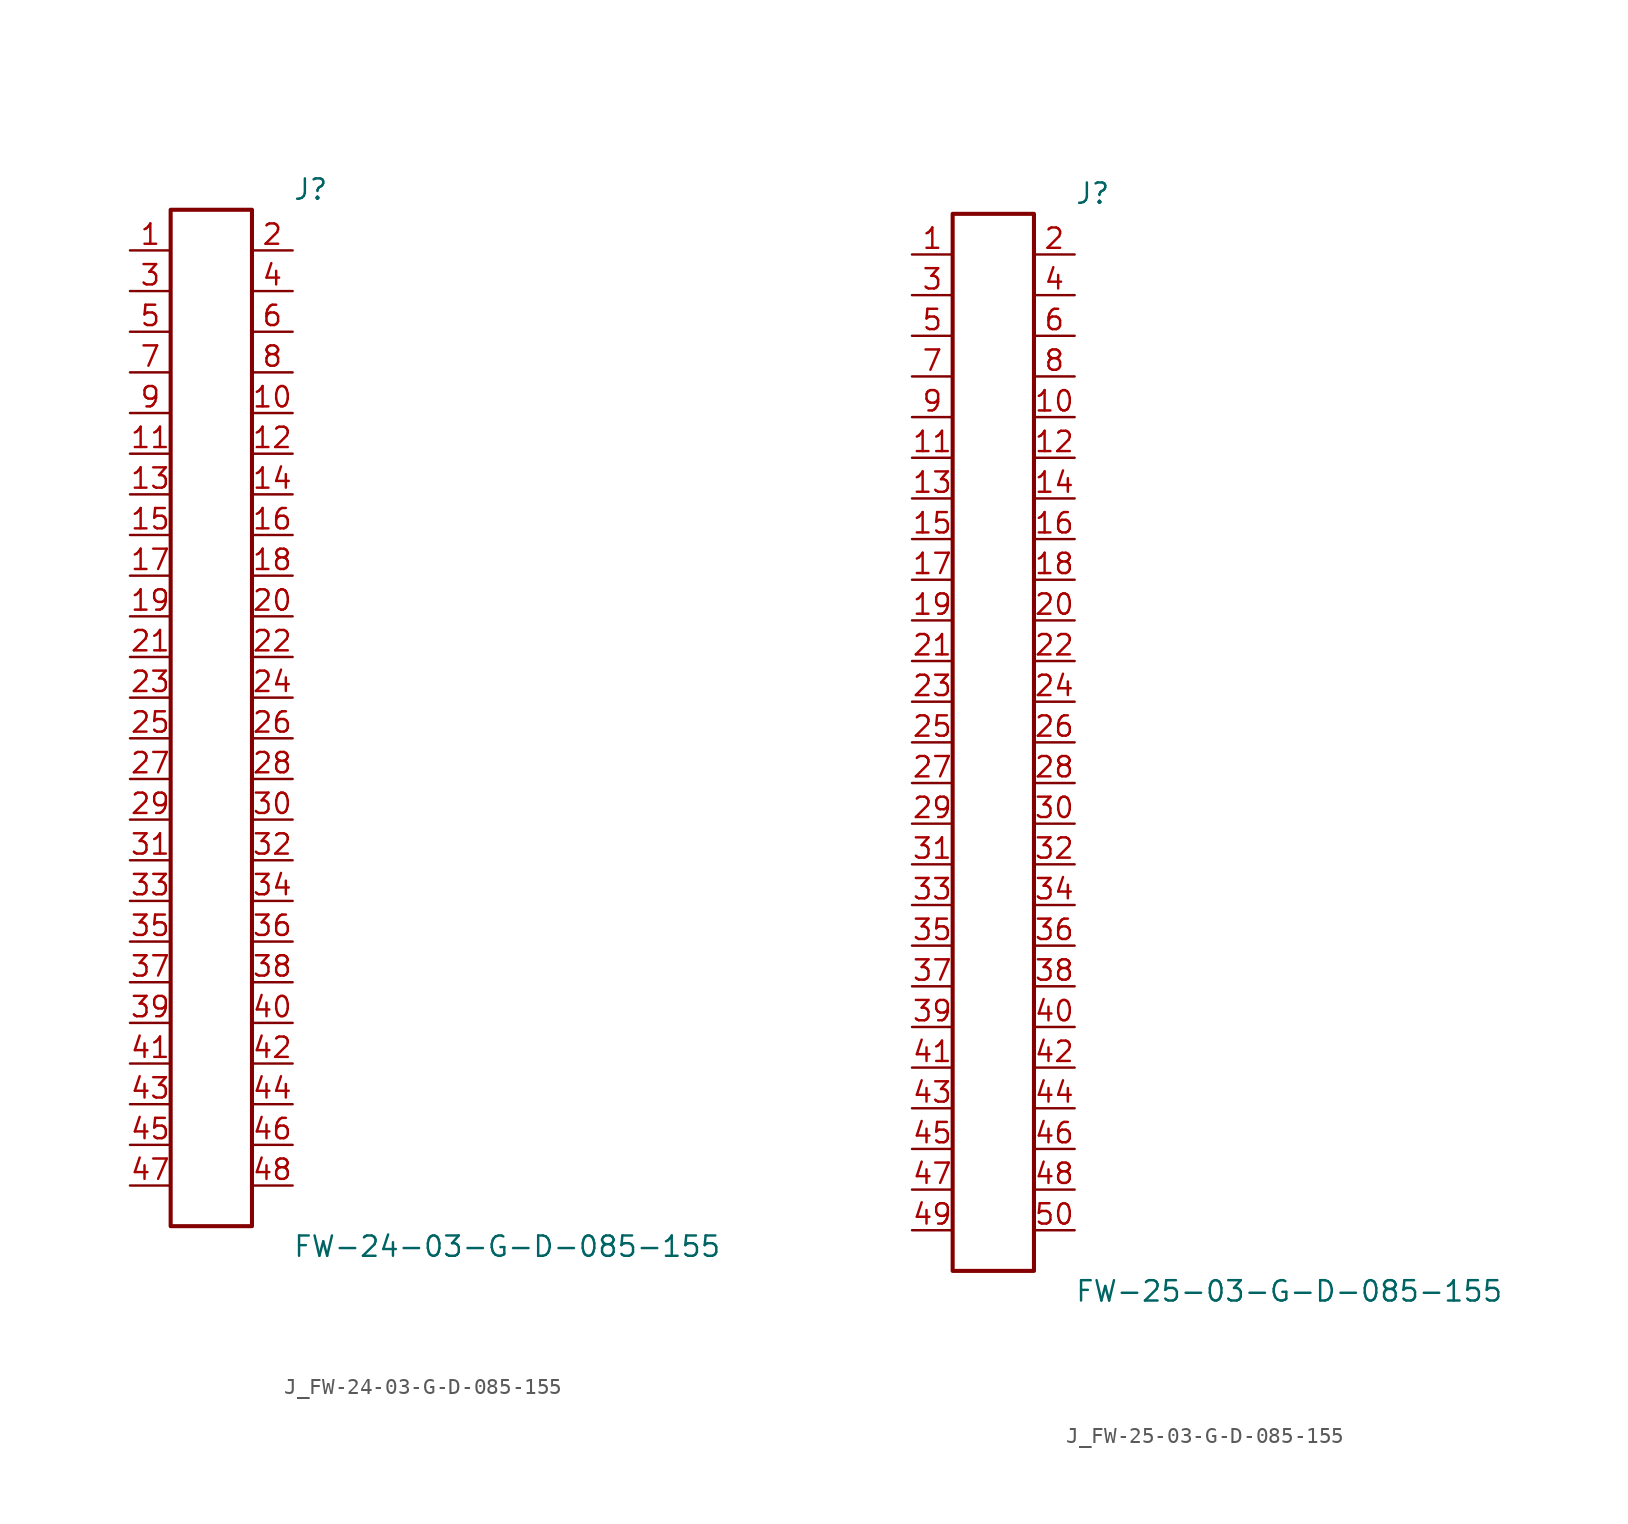
<source format=kicad_sym>
(kicad_symbol_lib
  (version 20231120)
  (generator kicad_symbol_editor)
  (generator_version 8.0)
  (symbol "J_FW-24-03-G-D-085-155"
    (pin_names
      (offset 0.254))
    (property "Reference" "J"
      (at 5.08 33.02 0)
      (effects (font (size 1.27 1.27)) (justify left)))
    (property "Value" "FW-24-03-G-D-085-155"
      (at 5.08 -33.02 0)
      (effects (font (size 1.27 1.27)) (justify left)))
    (symbol "J_FW-24-03-G-D-085-155_0_0"
      (pin unspecified line (at -5.08 29.21 0) (length 2.54) (name "" (effects (font (size 1.27 1.27)))) (number "1" (effects (font (size 1.27 1.27)))))
      (pin unspecified line (at 5.08 29.21 180) (length 2.54) (name "" (effects (font (size 1.27 1.27)))) (number "2" (effects (font (size 1.27 1.27)))))
      (pin unspecified line (at -5.08 26.67 0) (length 2.54) (name "" (effects (font (size 1.27 1.27)))) (number "3" (effects (font (size 1.27 1.27)))))
      (pin unspecified line (at 5.08 26.67 180) (length 2.54) (name "" (effects (font (size 1.27 1.27)))) (number "4" (effects (font (size 1.27 1.27)))))
      (pin unspecified line (at -5.08 24.13 0) (length 2.54) (name "" (effects (font (size 1.27 1.27)))) (number "5" (effects (font (size 1.27 1.27)))))
      (pin unspecified line (at 5.08 24.13 180) (length 2.54) (name "" (effects (font (size 1.27 1.27)))) (number "6" (effects (font (size 1.27 1.27)))))
      (pin unspecified line (at -5.08 21.59 0) (length 2.54) (name "" (effects (font (size 1.27 1.27)))) (number "7" (effects (font (size 1.27 1.27)))))
      (pin unspecified line (at 5.08 21.59 180) (length 2.54) (name "" (effects (font (size 1.27 1.27)))) (number "8" (effects (font (size 1.27 1.27)))))
      (pin unspecified line (at -5.08 19.05 0) (length 2.54) (name "" (effects (font (size 1.27 1.27)))) (number "9" (effects (font (size 1.27 1.27)))))
      (pin unspecified line (at 5.08 19.05 180) (length 2.54) (name "" (effects (font (size 1.27 1.27)))) (number "10" (effects (font (size 1.27 1.27)))))
      (pin unspecified line (at -5.08 16.51 0) (length 2.54) (name "" (effects (font (size 1.27 1.27)))) (number "11" (effects (font (size 1.27 1.27)))))
      (pin unspecified line (at 5.08 16.51 180) (length 2.54) (name "" (effects (font (size 1.27 1.27)))) (number "12" (effects (font (size 1.27 1.27)))))
      (pin unspecified line (at -5.08 13.97 0) (length 2.54) (name "" (effects (font (size 1.27 1.27)))) (number "13" (effects (font (size 1.27 1.27)))))
      (pin unspecified line (at 5.08 13.97 180) (length 2.54) (name "" (effects (font (size 1.27 1.27)))) (number "14" (effects (font (size 1.27 1.27)))))
      (pin unspecified line (at -5.08 11.43 0) (length 2.54) (name "" (effects (font (size 1.27 1.27)))) (number "15" (effects (font (size 1.27 1.27)))))
      (pin unspecified line (at 5.08 11.43 180) (length 2.54) (name "" (effects (font (size 1.27 1.27)))) (number "16" (effects (font (size 1.27 1.27)))))
      (pin unspecified line (at -5.08 8.89 0) (length 2.54) (name "" (effects (font (size 1.27 1.27)))) (number "17" (effects (font (size 1.27 1.27)))))
      (pin unspecified line (at 5.08 8.89 180) (length 2.54) (name "" (effects (font (size 1.27 1.27)))) (number "18" (effects (font (size 1.27 1.27)))))
      (pin unspecified line (at -5.08 6.35 0) (length 2.54) (name "" (effects (font (size 1.27 1.27)))) (number "19" (effects (font (size 1.27 1.27)))))
      (pin unspecified line (at 5.08 6.35 180) (length 2.54) (name "" (effects (font (size 1.27 1.27)))) (number "20" (effects (font (size 1.27 1.27)))))
      (pin unspecified line (at -5.08 3.81 0) (length 2.54) (name "" (effects (font (size 1.27 1.27)))) (number "21" (effects (font (size 1.27 1.27)))))
      (pin unspecified line (at 5.08 3.81 180) (length 2.54) (name "" (effects (font (size 1.27 1.27)))) (number "22" (effects (font (size 1.27 1.27)))))
      (pin unspecified line (at -5.08 1.27 0) (length 2.54) (name "" (effects (font (size 1.27 1.27)))) (number "23" (effects (font (size 1.27 1.27)))))
      (pin unspecified line (at 5.08 1.27 180) (length 2.54) (name "" (effects (font (size 1.27 1.27)))) (number "24" (effects (font (size 1.27 1.27)))))
      (pin unspecified line (at -5.08 -1.27 0) (length 2.54) (name "" (effects (font (size 1.27 1.27)))) (number "25" (effects (font (size 1.27 1.27)))))
      (pin unspecified line (at 5.08 -1.27 180) (length 2.54) (name "" (effects (font (size 1.27 1.27)))) (number "26" (effects (font (size 1.27 1.27)))))
      (pin unspecified line (at -5.08 -3.81 0) (length 2.54) (name "" (effects (font (size 1.27 1.27)))) (number "27" (effects (font (size 1.27 1.27)))))
      (pin unspecified line (at 5.08 -3.81 180) (length 2.54) (name "" (effects (font (size 1.27 1.27)))) (number "28" (effects (font (size 1.27 1.27)))))
      (pin unspecified line (at -5.08 -6.35 0) (length 2.54) (name "" (effects (font (size 1.27 1.27)))) (number "29" (effects (font (size 1.27 1.27)))))
      (pin unspecified line (at 5.08 -6.35 180) (length 2.54) (name "" (effects (font (size 1.27 1.27)))) (number "30" (effects (font (size 1.27 1.27)))))
      (pin unspecified line (at -5.08 -8.89 0) (length 2.54) (name "" (effects (font (size 1.27 1.27)))) (number "31" (effects (font (size 1.27 1.27)))))
      (pin unspecified line (at 5.08 -8.89 180) (length 2.54) (name "" (effects (font (size 1.27 1.27)))) (number "32" (effects (font (size 1.27 1.27)))))
      (pin unspecified line (at -5.08 -11.43 0) (length 2.54) (name "" (effects (font (size 1.27 1.27)))) (number "33" (effects (font (size 1.27 1.27)))))
      (pin unspecified line (at 5.08 -11.43 180) (length 2.54) (name "" (effects (font (size 1.27 1.27)))) (number "34" (effects (font (size 1.27 1.27)))))
      (pin unspecified line (at -5.08 -13.97 0) (length 2.54) (name "" (effects (font (size 1.27 1.27)))) (number "35" (effects (font (size 1.27 1.27)))))
      (pin unspecified line (at 5.08 -13.97 180) (length 2.54) (name "" (effects (font (size 1.27 1.27)))) (number "36" (effects (font (size 1.27 1.27)))))
      (pin unspecified line (at -5.08 -16.51 0) (length 2.54) (name "" (effects (font (size 1.27 1.27)))) (number "37" (effects (font (size 1.27 1.27)))))
      (pin unspecified line (at 5.08 -16.51 180) (length 2.54) (name "" (effects (font (size 1.27 1.27)))) (number "38" (effects (font (size 1.27 1.27)))))
      (pin unspecified line (at -5.08 -19.05 0) (length 2.54) (name "" (effects (font (size 1.27 1.27)))) (number "39" (effects (font (size 1.27 1.27)))))
      (pin unspecified line (at 5.08 -19.05 180) (length 2.54) (name "" (effects (font (size 1.27 1.27)))) (number "40" (effects (font (size 1.27 1.27)))))
      (pin unspecified line (at -5.08 -21.59 0) (length 2.54) (name "" (effects (font (size 1.27 1.27)))) (number "41" (effects (font (size 1.27 1.27)))))
      (pin unspecified line (at 5.08 -21.59 180) (length 2.54) (name "" (effects (font (size 1.27 1.27)))) (number "42" (effects (font (size 1.27 1.27)))))
      (pin unspecified line (at -5.08 -24.13 0) (length 2.54) (name "" (effects (font (size 1.27 1.27)))) (number "43" (effects (font (size 1.27 1.27)))))
      (pin unspecified line (at 5.08 -24.13 180) (length 2.54) (name "" (effects (font (size 1.27 1.27)))) (number "44" (effects (font (size 1.27 1.27)))))
      (pin unspecified line (at -5.08 -26.67 0) (length 2.54) (name "" (effects (font (size 1.27 1.27)))) (number "45" (effects (font (size 1.27 1.27)))))
      (pin unspecified line (at 5.08 -26.67 180) (length 2.54) (name "" (effects (font (size 1.27 1.27)))) (number "46" (effects (font (size 1.27 1.27)))))
      (pin unspecified line (at -5.08 -29.21 0) (length 2.54) (name "" (effects (font (size 1.27 1.27)))) (number "47" (effects (font (size 1.27 1.27)))))
      (pin unspecified line (at 5.08 -29.21 180) (length 2.54) (name "" (effects (font (size 1.27 1.27)))) (number "48" (effects (font (size 1.27 1.27))))))
    (symbol "J_FW-24-03-G-D-085-155_1_0"
      (rectangle (start -2.54 31.75) (end 2.54 -31.75) (stroke (width 0.254) (type solid)) (fill (type none)))))
  (symbol "J_FW-25-03-G-D-085-155"
    (pin_names
      (offset 0.254))
    (property "Reference" "J"
      (at 5.08 34.29 0)
      (effects (font (size 1.27 1.27)) (justify left)))
    (property "Value" "FW-25-03-G-D-085-155"
      (at 5.08 -34.29 0)
      (effects (font (size 1.27 1.27)) (justify left)))
    (symbol "J_FW-25-03-G-D-085-155_0_0"
      (pin unspecified line (at -5.08 30.48 0) (length 2.54) (name "" (effects (font (size 1.27 1.27)))) (number "1" (effects (font (size 1.27 1.27)))))
      (pin unspecified line (at 5.08 30.48 180) (length 2.54) (name "" (effects (font (size 1.27 1.27)))) (number "2" (effects (font (size 1.27 1.27)))))
      (pin unspecified line (at -5.08 27.94 0) (length 2.54) (name "" (effects (font (size 1.27 1.27)))) (number "3" (effects (font (size 1.27 1.27)))))
      (pin unspecified line (at 5.08 27.94 180) (length 2.54) (name "" (effects (font (size 1.27 1.27)))) (number "4" (effects (font (size 1.27 1.27)))))
      (pin unspecified line (at -5.08 25.4 0) (length 2.54) (name "" (effects (font (size 1.27 1.27)))) (number "5" (effects (font (size 1.27 1.27)))))
      (pin unspecified line (at 5.08 25.4 180) (length 2.54) (name "" (effects (font (size 1.27 1.27)))) (number "6" (effects (font (size 1.27 1.27)))))
      (pin unspecified line (at -5.08 22.86 0) (length 2.54) (name "" (effects (font (size 1.27 1.27)))) (number "7" (effects (font (size 1.27 1.27)))))
      (pin unspecified line (at 5.08 22.86 180) (length 2.54) (name "" (effects (font (size 1.27 1.27)))) (number "8" (effects (font (size 1.27 1.27)))))
      (pin unspecified line (at -5.08 20.32 0) (length 2.54) (name "" (effects (font (size 1.27 1.27)))) (number "9" (effects (font (size 1.27 1.27)))))
      (pin unspecified line (at 5.08 20.32 180) (length 2.54) (name "" (effects (font (size 1.27 1.27)))) (number "10" (effects (font (size 1.27 1.27)))))
      (pin unspecified line (at -5.08 17.78 0) (length 2.54) (name "" (effects (font (size 1.27 1.27)))) (number "11" (effects (font (size 1.27 1.27)))))
      (pin unspecified line (at 5.08 17.78 180) (length 2.54) (name "" (effects (font (size 1.27 1.27)))) (number "12" (effects (font (size 1.27 1.27)))))
      (pin unspecified line (at -5.08 15.24 0) (length 2.54) (name "" (effects (font (size 1.27 1.27)))) (number "13" (effects (font (size 1.27 1.27)))))
      (pin unspecified line (at 5.08 15.24 180) (length 2.54) (name "" (effects (font (size 1.27 1.27)))) (number "14" (effects (font (size 1.27 1.27)))))
      (pin unspecified line (at -5.08 12.7 0) (length 2.54) (name "" (effects (font (size 1.27 1.27)))) (number "15" (effects (font (size 1.27 1.27)))))
      (pin unspecified line (at 5.08 12.7 180) (length 2.54) (name "" (effects (font (size 1.27 1.27)))) (number "16" (effects (font (size 1.27 1.27)))))
      (pin unspecified line (at -5.08 10.16 0) (length 2.54) (name "" (effects (font (size 1.27 1.27)))) (number "17" (effects (font (size 1.27 1.27)))))
      (pin unspecified line (at 5.08 10.16 180) (length 2.54) (name "" (effects (font (size 1.27 1.27)))) (number "18" (effects (font (size 1.27 1.27)))))
      (pin unspecified line (at -5.08 7.62 0) (length 2.54) (name "" (effects (font (size 1.27 1.27)))) (number "19" (effects (font (size 1.27 1.27)))))
      (pin unspecified line (at 5.08 7.62 180) (length 2.54) (name "" (effects (font (size 1.27 1.27)))) (number "20" (effects (font (size 1.27 1.27)))))
      (pin unspecified line (at -5.08 5.08 0) (length 2.54) (name "" (effects (font (size 1.27 1.27)))) (number "21" (effects (font (size 1.27 1.27)))))
      (pin unspecified line (at 5.08 5.08 180) (length 2.54) (name "" (effects (font (size 1.27 1.27)))) (number "22" (effects (font (size 1.27 1.27)))))
      (pin unspecified line (at -5.08 2.54 0) (length 2.54) (name "" (effects (font (size 1.27 1.27)))) (number "23" (effects (font (size 1.27 1.27)))))
      (pin unspecified line (at 5.08 2.54 180) (length 2.54) (name "" (effects (font (size 1.27 1.27)))) (number "24" (effects (font (size 1.27 1.27)))))
      (pin unspecified line (at -5.08 0.0 0) (length 2.54) (name "" (effects (font (size 1.27 1.27)))) (number "25" (effects (font (size 1.27 1.27)))))
      (pin unspecified line (at 5.08 0.0 180) (length 2.54) (name "" (effects (font (size 1.27 1.27)))) (number "26" (effects (font (size 1.27 1.27)))))
      (pin unspecified line (at -5.08 -2.54 0) (length 2.54) (name "" (effects (font (size 1.27 1.27)))) (number "27" (effects (font (size 1.27 1.27)))))
      (pin unspecified line (at 5.08 -2.54 180) (length 2.54) (name "" (effects (font (size 1.27 1.27)))) (number "28" (effects (font (size 1.27 1.27)))))
      (pin unspecified line (at -5.08 -5.08 0) (length 2.54) (name "" (effects (font (size 1.27 1.27)))) (number "29" (effects (font (size 1.27 1.27)))))
      (pin unspecified line (at 5.08 -5.08 180) (length 2.54) (name "" (effects (font (size 1.27 1.27)))) (number "30" (effects (font (size 1.27 1.27)))))
      (pin unspecified line (at -5.08 -7.62 0) (length 2.54) (name "" (effects (font (size 1.27 1.27)))) (number "31" (effects (font (size 1.27 1.27)))))
      (pin unspecified line (at 5.08 -7.62 180) (length 2.54) (name "" (effects (font (size 1.27 1.27)))) (number "32" (effects (font (size 1.27 1.27)))))
      (pin unspecified line (at -5.08 -10.16 0) (length 2.54) (name "" (effects (font (size 1.27 1.27)))) (number "33" (effects (font (size 1.27 1.27)))))
      (pin unspecified line (at 5.08 -10.16 180) (length 2.54) (name "" (effects (font (size 1.27 1.27)))) (number "34" (effects (font (size 1.27 1.27)))))
      (pin unspecified line (at -5.08 -12.7 0) (length 2.54) (name "" (effects (font (size 1.27 1.27)))) (number "35" (effects (font (size 1.27 1.27)))))
      (pin unspecified line (at 5.08 -12.7 180) (length 2.54) (name "" (effects (font (size 1.27 1.27)))) (number "36" (effects (font (size 1.27 1.27)))))
      (pin unspecified line (at -5.08 -15.24 0) (length 2.54) (name "" (effects (font (size 1.27 1.27)))) (number "37" (effects (font (size 1.27 1.27)))))
      (pin unspecified line (at 5.08 -15.24 180) (length 2.54) (name "" (effects (font (size 1.27 1.27)))) (number "38" (effects (font (size 1.27 1.27)))))
      (pin unspecified line (at -5.08 -17.78 0) (length 2.54) (name "" (effects (font (size 1.27 1.27)))) (number "39" (effects (font (size 1.27 1.27)))))
      (pin unspecified line (at 5.08 -17.78 180) (length 2.54) (name "" (effects (font (size 1.27 1.27)))) (number "40" (effects (font (size 1.27 1.27)))))
      (pin unspecified line (at -5.08 -20.32 0) (length 2.54) (name "" (effects (font (size 1.27 1.27)))) (number "41" (effects (font (size 1.27 1.27)))))
      (pin unspecified line (at 5.08 -20.32 180) (length 2.54) (name "" (effects (font (size 1.27 1.27)))) (number "42" (effects (font (size 1.27 1.27)))))
      (pin unspecified line (at -5.08 -22.86 0) (length 2.54) (name "" (effects (font (size 1.27 1.27)))) (number "43" (effects (font (size 1.27 1.27)))))
      (pin unspecified line (at 5.08 -22.86 180) (length 2.54) (name "" (effects (font (size 1.27 1.27)))) (number "44" (effects (font (size 1.27 1.27)))))
      (pin unspecified line (at -5.08 -25.4 0) (length 2.54) (name "" (effects (font (size 1.27 1.27)))) (number "45" (effects (font (size 1.27 1.27)))))
      (pin unspecified line (at 5.08 -25.4 180) (length 2.54) (name "" (effects (font (size 1.27 1.27)))) (number "46" (effects (font (size 1.27 1.27)))))
      (pin unspecified line (at -5.08 -27.94 0) (length 2.54) (name "" (effects (font (size 1.27 1.27)))) (number "47" (effects (font (size 1.27 1.27)))))
      (pin unspecified line (at 5.08 -27.94 180) (length 2.54) (name "" (effects (font (size 1.27 1.27)))) (number "48" (effects (font (size 1.27 1.27)))))
      (pin unspecified line (at -5.08 -30.48 0) (length 2.54) (name "" (effects (font (size 1.27 1.27)))) (number "49" (effects (font (size 1.27 1.27)))))
      (pin unspecified line (at 5.08 -30.48 180) (length 2.54) (name "" (effects (font (size 1.27 1.27)))) (number "50" (effects (font (size 1.27 1.27))))))
    (symbol "J_FW-25-03-G-D-085-155_1_0"
      (rectangle (start -2.54 33.02) (end 2.54 -33.02) (stroke (width 0.254) (type solid)) (fill (type none))))))
</source>
